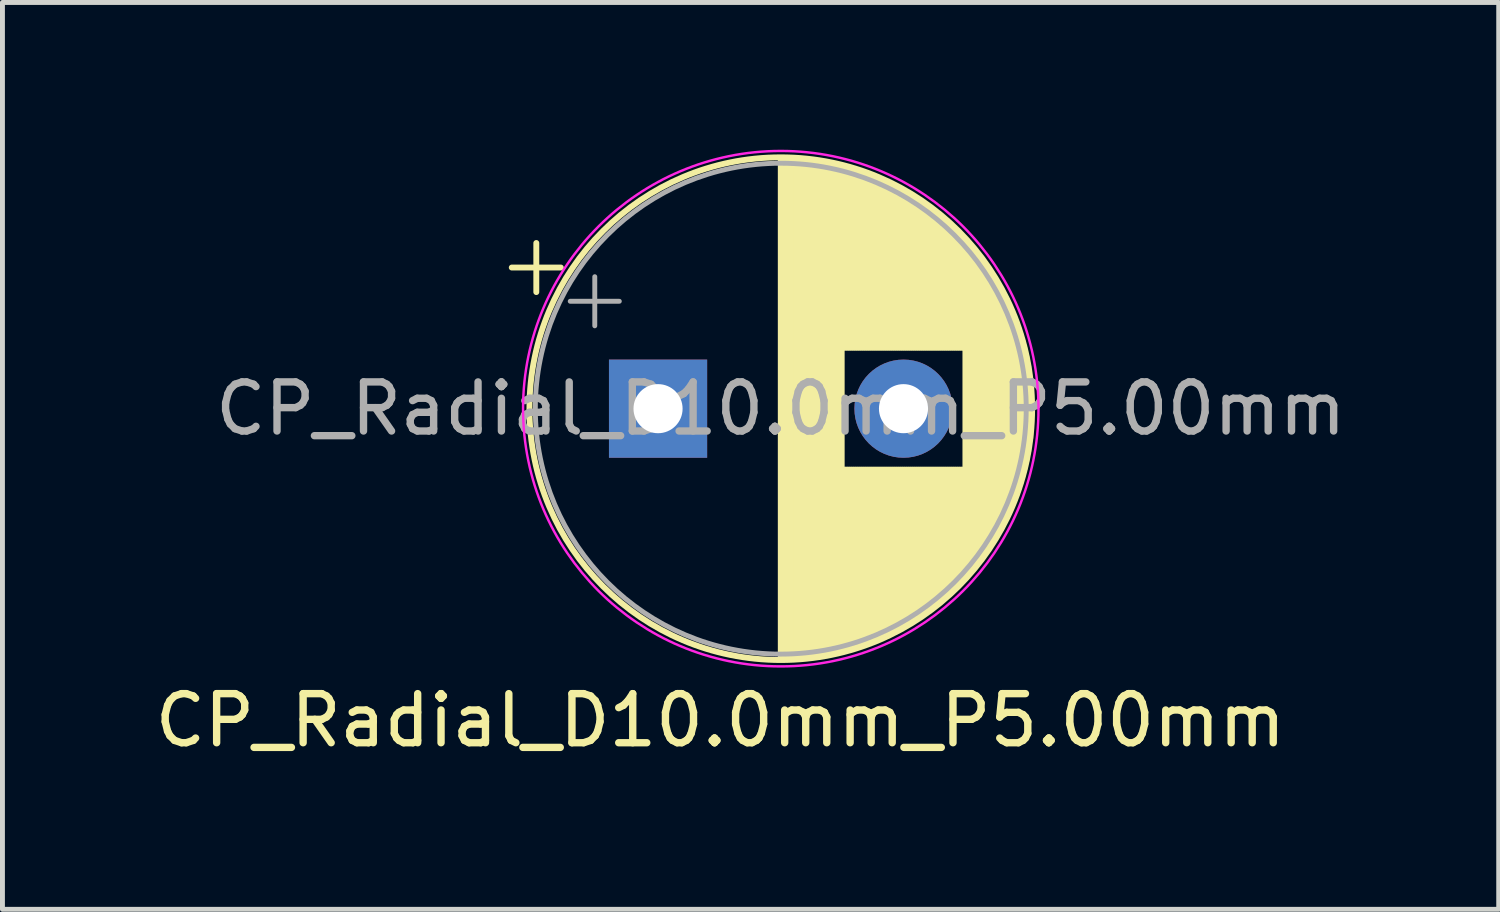
<source format=kicad_pcb>
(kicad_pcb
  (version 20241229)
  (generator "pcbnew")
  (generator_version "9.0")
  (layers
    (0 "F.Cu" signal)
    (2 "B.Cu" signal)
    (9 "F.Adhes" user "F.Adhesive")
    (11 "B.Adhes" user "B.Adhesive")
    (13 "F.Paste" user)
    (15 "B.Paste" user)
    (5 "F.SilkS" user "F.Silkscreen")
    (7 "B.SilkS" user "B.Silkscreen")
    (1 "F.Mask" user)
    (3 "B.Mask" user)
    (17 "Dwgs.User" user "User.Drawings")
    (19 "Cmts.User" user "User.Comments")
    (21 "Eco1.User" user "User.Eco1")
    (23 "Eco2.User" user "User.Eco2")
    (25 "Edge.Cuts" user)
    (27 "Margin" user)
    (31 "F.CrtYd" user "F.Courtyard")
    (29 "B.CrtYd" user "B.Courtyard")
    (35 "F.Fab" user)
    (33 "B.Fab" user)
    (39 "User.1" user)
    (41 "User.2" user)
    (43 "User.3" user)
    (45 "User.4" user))
  (footprint "CP_Radial_D10.0mm_P5.00mm"
    (layer "F.Cu")
    (at 10.355 5.275)
    (property "Reference" "CP_Radial_D10.0mm_P5.00mm" (at 1.27 6.35 0) (layer "F.SilkS") (effects (font (size 1 1) (thickness 0.15))))
    (attr through_hole)
    (fp_line (start -2.98 -2.875) (end -1.98 -2.875) (stroke (width 0.12) (type solid)) (layer "F.SilkS"))
    (fp_line (start -2.48 -3.375) (end -2.48 -2.375) (stroke (width 0.12) (type solid)) (layer "F.SilkS"))
    (fp_line (start 2.5 -5.08) (end 2.5 5.08) (stroke (width 0.12) (type solid)) (layer "F.SilkS"))
    (fp_line (start 2.54 -5.08) (end 2.54 5.08) (stroke (width 0.12) (type solid)) (layer "F.SilkS"))
    (fp_line (start 2.58 -5.08) (end 2.58 5.08) (stroke (width 0.12) (type solid)) (layer "F.SilkS"))
    (fp_line (start 2.62 -5.079) (end 2.62 5.079) (stroke (width 0.12) (type solid)) (layer "F.SilkS"))
    (fp_line (start 2.66 -5.078) (end 2.66 5.078) (stroke (width 0.12) (type solid)) (layer "F.SilkS"))
    (fp_line (start 2.7 -5.077) (end 2.7 5.077) (stroke (width 0.12) (type solid)) (layer "F.SilkS"))
    (fp_line (start 2.74 -5.075) (end 2.74 5.075) (stroke (width 0.12) (type solid)) (layer "F.SilkS"))
    (fp_line (start 2.78 -5.073) (end 2.78 5.073) (stroke (width 0.12) (type solid)) (layer "F.SilkS"))
    (fp_line (start 2.82 -5.07) (end 2.82 5.07) (stroke (width 0.12) (type solid)) (layer "F.SilkS"))
    (fp_line (start 2.86 -5.068) (end 2.86 5.068) (stroke (width 0.12) (type solid)) (layer "F.SilkS"))
    (fp_line (start 2.9 -5.065) (end 2.9 5.065) (stroke (width 0.12) (type solid)) (layer "F.SilkS"))
    (fp_line (start 2.94 -5.062) (end 2.94 5.062) (stroke (width 0.12) (type solid)) (layer "F.SilkS"))
    (fp_line (start 2.98 -5.058) (end 2.98 5.058) (stroke (width 0.12) (type solid)) (layer "F.SilkS"))
    (fp_line (start 3.02 -5.054) (end 3.02 5.054) (stroke (width 0.12) (type solid)) (layer "F.SilkS"))
    (fp_line (start 3.06 -5.05) (end 3.06 5.05) (stroke (width 0.12) (type solid)) (layer "F.SilkS"))
    (fp_line (start 3.1 -5.045) (end 3.1 5.045) (stroke (width 0.12) (type solid)) (layer "F.SilkS"))
    (fp_line (start 3.14 -5.04) (end 3.14 5.04) (stroke (width 0.12) (type solid)) (layer "F.SilkS"))
    (fp_line (start 3.18 -5.035) (end 3.18 5.035) (stroke (width 0.12) (type solid)) (layer "F.SilkS"))
    (fp_line (start 3.221 -5.03) (end 3.221 5.03) (stroke (width 0.12) (type solid)) (layer "F.SilkS"))
    (fp_line (start 3.261 -5.024) (end 3.261 5.024) (stroke (width 0.12) (type solid)) (layer "F.SilkS"))
    (fp_line (start 3.301 -5.018) (end 3.301 5.018) (stroke (width 0.12) (type solid)) (layer "F.SilkS"))
    (fp_line (start 3.341 -5.011) (end 3.341 5.011) (stroke (width 0.12) (type solid)) (layer "F.SilkS"))
    (fp_line (start 3.381 -5.004) (end 3.381 5.004) (stroke (width 0.12) (type solid)) (layer "F.SilkS"))
    (fp_line (start 3.421 -4.997) (end 3.421 4.997) (stroke (width 0.12) (type solid)) (layer "F.SilkS"))
    (fp_line (start 3.461 -4.99) (end 3.461 4.99) (stroke (width 0.12) (type solid)) (layer "F.SilkS"))
    (fp_line (start 3.501 -4.982) (end 3.501 4.982) (stroke (width 0.12) (type solid)) (layer "F.SilkS"))
    (fp_line (start 3.541 -4.974) (end 3.541 4.974) (stroke (width 0.12) (type solid)) (layer "F.SilkS"))
    (fp_line (start 3.581 -4.965) (end 3.581 4.965) (stroke (width 0.12) (type solid)) (layer "F.SilkS"))
    (fp_line (start 3.621 -4.956) (end 3.621 4.956) (stroke (width 0.12) (type solid)) (layer "F.SilkS"))
    (fp_line (start 3.661 -4.947) (end 3.661 4.947) (stroke (width 0.12) (type solid)) (layer "F.SilkS"))
    (fp_line (start 3.701 -4.938) (end 3.701 4.938) (stroke (width 0.12) (type solid)) (layer "F.SilkS"))
    (fp_line (start 3.741 -4.928) (end 3.741 4.928) (stroke (width 0.12) (type solid)) (layer "F.SilkS"))
    (fp_line (start 3.781 -4.918) (end 3.781 -1.241) (stroke (width 0.12) (type solid)) (layer "F.SilkS"))
    (fp_line (start 3.781 1.241) (end 3.781 4.918) (stroke (width 0.12) (type solid)) (layer "F.SilkS"))
    (fp_line (start 3.821 -4.907) (end 3.821 -1.241) (stroke (width 0.12) (type solid)) (layer "F.SilkS"))
    (fp_line (start 3.821 1.241) (end 3.821 4.907) (stroke (width 0.12) (type solid)) (layer "F.SilkS"))
    (fp_line (start 3.861 -4.897) (end 3.861 -1.241) (stroke (width 0.12) (type solid)) (layer "F.SilkS"))
    (fp_line (start 3.861 1.241) (end 3.861 4.897) (stroke (width 0.12) (type solid)) (layer "F.SilkS"))
    (fp_line (start 3.901 -4.885) (end 3.901 -1.241) (stroke (width 0.12) (type solid)) (layer "F.SilkS"))
    (fp_line (start 3.901 1.241) (end 3.901 4.885) (stroke (width 0.12) (type solid)) (layer "F.SilkS"))
    (fp_line (start 3.941 -4.874) (end 3.941 -1.241) (stroke (width 0.12) (type solid)) (layer "F.SilkS"))
    (fp_line (start 3.941 1.241) (end 3.941 4.874) (stroke (width 0.12) (type solid)) (layer "F.SilkS"))
    (fp_line (start 3.981 -4.862) (end 3.981 -1.241) (stroke (width 0.12) (type solid)) (layer "F.SilkS"))
    (fp_line (start 3.981 1.241) (end 3.981 4.862) (stroke (width 0.12) (type solid)) (layer "F.SilkS"))
    (fp_line (start 4.021 -4.85) (end 4.021 -1.241) (stroke (width 0.12) (type solid)) (layer "F.SilkS"))
    (fp_line (start 4.021 1.241) (end 4.021 4.85) (stroke (width 0.12) (type solid)) (layer "F.SilkS"))
    (fp_line (start 4.061 -4.837) (end 4.061 -1.241) (stroke (width 0.12) (type solid)) (layer "F.SilkS"))
    (fp_line (start 4.061 1.241) (end 4.061 4.837) (stroke (width 0.12) (type solid)) (layer "F.SilkS"))
    (fp_line (start 4.101 -4.824) (end 4.101 -1.241) (stroke (width 0.12) (type solid)) (layer "F.SilkS"))
    (fp_line (start 4.101 1.241) (end 4.101 4.824) (stroke (width 0.12) (type solid)) (layer "F.SilkS"))
    (fp_line (start 4.141 -4.811) (end 4.141 -1.241) (stroke (width 0.12) (type solid)) (layer "F.SilkS"))
    (fp_line (start 4.141 1.241) (end 4.141 4.811) (stroke (width 0.12) (type solid)) (layer "F.SilkS"))
    (fp_line (start 4.181 -4.797) (end 4.181 -1.241) (stroke (width 0.12) (type solid)) (layer "F.SilkS"))
    (fp_line (start 4.181 1.241) (end 4.181 4.797) (stroke (width 0.12) (type solid)) (layer "F.SilkS"))
    (fp_line (start 4.221 -4.783) (end 4.221 -1.241) (stroke (width 0.12) (type solid)) (layer "F.SilkS"))
    (fp_line (start 4.221 1.241) (end 4.221 4.783) (stroke (width 0.12) (type solid)) (layer "F.SilkS"))
    (fp_line (start 4.261 -4.768) (end 4.261 -1.241) (stroke (width 0.12) (type solid)) (layer "F.SilkS"))
    (fp_line (start 4.261 1.241) (end 4.261 4.768) (stroke (width 0.12) (type solid)) (layer "F.SilkS"))
    (fp_line (start 4.301 -4.754) (end 4.301 -1.241) (stroke (width 0.12) (type solid)) (layer "F.SilkS"))
    (fp_line (start 4.301 1.241) (end 4.301 4.754) (stroke (width 0.12) (type solid)) (layer "F.SilkS"))
    (fp_line (start 4.341 -4.738) (end 4.341 -1.241) (stroke (width 0.12) (type solid)) (layer "F.SilkS"))
    (fp_line (start 4.341 1.241) (end 4.341 4.738) (stroke (width 0.12) (type solid)) (layer "F.SilkS"))
    (fp_line (start 4.381 -4.723) (end 4.381 -1.241) (stroke (width 0.12) (type solid)) (layer "F.SilkS"))
    (fp_line (start 4.381 1.241) (end 4.381 4.723) (stroke (width 0.12) (type solid)) (layer "F.SilkS"))
    (fp_line (start 4.421 -4.707) (end 4.421 -1.241) (stroke (width 0.12) (type solid)) (layer "F.SilkS"))
    (fp_line (start 4.421 1.241) (end 4.421 4.707) (stroke (width 0.12) (type solid)) (layer "F.SilkS"))
    (fp_line (start 4.461 -4.69) (end 4.461 -1.241) (stroke (width 0.12) (type solid)) (layer "F.SilkS"))
    (fp_line (start 4.461 1.241) (end 4.461 4.69) (stroke (width 0.12) (type solid)) (layer "F.SilkS"))
    (fp_line (start 4.501 -4.674) (end 4.501 -1.241) (stroke (width 0.12) (type solid)) (layer "F.SilkS"))
    (fp_line (start 4.501 1.241) (end 4.501 4.674) (stroke (width 0.12) (type solid)) (layer "F.SilkS"))
    (fp_line (start 4.541 -4.657) (end 4.541 -1.241) (stroke (width 0.12) (type solid)) (layer "F.SilkS"))
    (fp_line (start 4.541 1.241) (end 4.541 4.657) (stroke (width 0.12) (type solid)) (layer "F.SilkS"))
    (fp_line (start 4.581 -4.639) (end 4.581 -1.241) (stroke (width 0.12) (type solid)) (layer "F.SilkS"))
    (fp_line (start 4.581 1.241) (end 4.581 4.639) (stroke (width 0.12) (type solid)) (layer "F.SilkS"))
    (fp_line (start 4.621 -4.621) (end 4.621 -1.241) (stroke (width 0.12) (type solid)) (layer "F.SilkS"))
    (fp_line (start 4.621 1.241) (end 4.621 4.621) (stroke (width 0.12) (type solid)) (layer "F.SilkS"))
    (fp_line (start 4.661 -4.603) (end 4.661 -1.241) (stroke (width 0.12) (type solid)) (layer "F.SilkS"))
    (fp_line (start 4.661 1.241) (end 4.661 4.603) (stroke (width 0.12) (type solid)) (layer "F.SilkS"))
    (fp_line (start 4.701 -4.584) (end 4.701 -1.241) (stroke (width 0.12) (type solid)) (layer "F.SilkS"))
    (fp_line (start 4.701 1.241) (end 4.701 4.584) (stroke (width 0.12) (type solid)) (layer "F.SilkS"))
    (fp_line (start 4.741 -4.564) (end 4.741 -1.241) (stroke (width 0.12) (type solid)) (layer "F.SilkS"))
    (fp_line (start 4.741 1.241) (end 4.741 4.564) (stroke (width 0.12) (type solid)) (layer "F.SilkS"))
    (fp_line (start 4.781 -4.545) (end 4.781 -1.241) (stroke (width 0.12) (type solid)) (layer "F.SilkS"))
    (fp_line (start 4.781 1.241) (end 4.781 4.545) (stroke (width 0.12) (type solid)) (layer "F.SilkS"))
    (fp_line (start 4.821 -4.525) (end 4.821 -1.241) (stroke (width 0.12) (type solid)) (layer "F.SilkS"))
    (fp_line (start 4.821 1.241) (end 4.821 4.525) (stroke (width 0.12) (type solid)) (layer "F.SilkS"))
    (fp_line (start 4.861 -4.504) (end 4.861 -1.241) (stroke (width 0.12) (type solid)) (layer "F.SilkS"))
    (fp_line (start 4.861 1.241) (end 4.861 4.504) (stroke (width 0.12) (type solid)) (layer "F.SilkS"))
    (fp_line (start 4.901 -4.483) (end 4.901 -1.241) (stroke (width 0.12) (type solid)) (layer "F.SilkS"))
    (fp_line (start 4.901 1.241) (end 4.901 4.483) (stroke (width 0.12) (type solid)) (layer "F.SilkS"))
    (fp_line (start 4.941 -4.462) (end 4.941 -1.241) (stroke (width 0.12) (type solid)) (layer "F.SilkS"))
    (fp_line (start 4.941 1.241) (end 4.941 4.462) (stroke (width 0.12) (type solid)) (layer "F.SilkS"))
    (fp_line (start 4.981 -4.44) (end 4.981 -1.241) (stroke (width 0.12) (type solid)) (layer "F.SilkS"))
    (fp_line (start 4.981 1.241) (end 4.981 4.44) (stroke (width 0.12) (type solid)) (layer "F.SilkS"))
    (fp_line (start 5.021 -4.417) (end 5.021 -1.241) (stroke (width 0.12) (type solid)) (layer "F.SilkS"))
    (fp_line (start 5.021 1.241) (end 5.021 4.417) (stroke (width 0.12) (type solid)) (layer "F.SilkS"))
    (fp_line (start 5.061 -4.395) (end 5.061 -1.241) (stroke (width 0.12) (type solid)) (layer "F.SilkS"))
    (fp_line (start 5.061 1.241) (end 5.061 4.395) (stroke (width 0.12) (type solid)) (layer "F.SilkS"))
    (fp_line (start 5.101 -4.371) (end 5.101 -1.241) (stroke (width 0.12) (type solid)) (layer "F.SilkS"))
    (fp_line (start 5.101 1.241) (end 5.101 4.371) (stroke (width 0.12) (type solid)) (layer "F.SilkS"))
    (fp_line (start 5.141 -4.347) (end 5.141 -1.241) (stroke (width 0.12) (type solid)) (layer "F.SilkS"))
    (fp_line (start 5.141 1.241) (end 5.141 4.347) (stroke (width 0.12) (type solid)) (layer "F.SilkS"))
    (fp_line (start 5.181 -4.323) (end 5.181 -1.241) (stroke (width 0.12) (type solid)) (layer "F.SilkS"))
    (fp_line (start 5.181 1.241) (end 5.181 4.323) (stroke (width 0.12) (type solid)) (layer "F.SilkS"))
    (fp_line (start 5.221 -4.298) (end 5.221 -1.241) (stroke (width 0.12) (type solid)) (layer "F.SilkS"))
    (fp_line (start 5.221 1.241) (end 5.221 4.298) (stroke (width 0.12) (type solid)) (layer "F.SilkS"))
    (fp_line (start 5.261 -4.273) (end 5.261 -1.241) (stroke (width 0.12) (type solid)) (layer "F.SilkS"))
    (fp_line (start 5.261 1.241) (end 5.261 4.273) (stroke (width 0.12) (type solid)) (layer "F.SilkS"))
    (fp_line (start 5.301 -4.247) (end 5.301 -1.241) (stroke (width 0.12) (type solid)) (layer "F.SilkS"))
    (fp_line (start 5.301 1.241) (end 5.301 4.247) (stroke (width 0.12) (type solid)) (layer "F.SilkS"))
    (fp_line (start 5.341 -4.221) (end 5.341 -1.241) (stroke (width 0.12) (type solid)) (layer "F.SilkS"))
    (fp_line (start 5.341 1.241) (end 5.341 4.221) (stroke (width 0.12) (type solid)) (layer "F.SilkS"))
    (fp_line (start 5.381 -4.194) (end 5.381 -1.241) (stroke (width 0.12) (type solid)) (layer "F.SilkS"))
    (fp_line (start 5.381 1.241) (end 5.381 4.194) (stroke (width 0.12) (type solid)) (layer "F.SilkS"))
    (fp_line (start 5.421 -4.166) (end 5.421 -1.241) (stroke (width 0.12) (type solid)) (layer "F.SilkS"))
    (fp_line (start 5.421 1.241) (end 5.421 4.166) (stroke (width 0.12) (type solid)) (layer "F.SilkS"))
    (fp_line (start 5.461 -4.138) (end 5.461 -1.241) (stroke (width 0.12) (type solid)) (layer "F.SilkS"))
    (fp_line (start 5.461 1.241) (end 5.461 4.138) (stroke (width 0.12) (type solid)) (layer "F.SilkS"))
    (fp_line (start 5.501 -4.11) (end 5.501 -1.241) (stroke (width 0.12) (type solid)) (layer "F.SilkS"))
    (fp_line (start 5.501 1.241) (end 5.501 4.11) (stroke (width 0.12) (type solid)) (layer "F.SilkS"))
    (fp_line (start 5.541 -4.08) (end 5.541 -1.241) (stroke (width 0.12) (type solid)) (layer "F.SilkS"))
    (fp_line (start 5.541 1.241) (end 5.541 4.08) (stroke (width 0.12) (type solid)) (layer "F.SilkS"))
    (fp_line (start 5.581 -4.05) (end 5.581 -1.241) (stroke (width 0.12) (type solid)) (layer "F.SilkS"))
    (fp_line (start 5.581 1.241) (end 5.581 4.05) (stroke (width 0.12) (type solid)) (layer "F.SilkS"))
    (fp_line (start 5.621 -4.02) (end 5.621 -1.241) (stroke (width 0.12) (type solid)) (layer "F.SilkS"))
    (fp_line (start 5.621 1.241) (end 5.621 4.02) (stroke (width 0.12) (type solid)) (layer "F.SilkS"))
    (fp_line (start 5.661 -3.989) (end 5.661 -1.241) (stroke (width 0.12) (type solid)) (layer "F.SilkS"))
    (fp_line (start 5.661 1.241) (end 5.661 3.989) (stroke (width 0.12) (type solid)) (layer "F.SilkS"))
    (fp_line (start 5.701 -3.957) (end 5.701 -1.241) (stroke (width 0.12) (type solid)) (layer "F.SilkS"))
    (fp_line (start 5.701 1.241) (end 5.701 3.957) (stroke (width 0.12) (type solid)) (layer "F.SilkS"))
    (fp_line (start 5.741 -3.925) (end 5.741 -1.241) (stroke (width 0.12) (type solid)) (layer "F.SilkS"))
    (fp_line (start 5.741 1.241) (end 5.741 3.925) (stroke (width 0.12) (type solid)) (layer "F.SilkS"))
    (fp_line (start 5.781 -3.892) (end 5.781 -1.241) (stroke (width 0.12) (type solid)) (layer "F.SilkS"))
    (fp_line (start 5.781 1.241) (end 5.781 3.892) (stroke (width 0.12) (type solid)) (layer "F.SilkS"))
    (fp_line (start 5.821 -3.858) (end 5.821 -1.241) (stroke (width 0.12) (type solid)) (layer "F.SilkS"))
    (fp_line (start 5.821 1.241) (end 5.821 3.858) (stroke (width 0.12) (type solid)) (layer "F.SilkS"))
    (fp_line (start 5.861 -3.824) (end 5.861 -1.241) (stroke (width 0.12) (type solid)) (layer "F.SilkS"))
    (fp_line (start 5.861 1.241) (end 5.861 3.824) (stroke (width 0.12) (type solid)) (layer "F.SilkS"))
    (fp_line (start 5.901 -3.789) (end 5.901 -1.241) (stroke (width 0.12) (type solid)) (layer "F.SilkS"))
    (fp_line (start 5.901 1.241) (end 5.901 3.789) (stroke (width 0.12) (type solid)) (layer "F.SilkS"))
    (fp_line (start 5.941 -3.753) (end 5.941 -1.241) (stroke (width 0.12) (type solid)) (layer "F.SilkS"))
    (fp_line (start 5.941 1.241) (end 5.941 3.753) (stroke (width 0.12) (type solid)) (layer "F.SilkS"))
    (fp_line (start 5.981 -3.716) (end 5.981 -1.241) (stroke (width 0.12) (type solid)) (layer "F.SilkS"))
    (fp_line (start 5.981 1.241) (end 5.981 3.716) (stroke (width 0.12) (type solid)) (layer "F.SilkS"))
    (fp_line (start 6.021 -3.679) (end 6.021 -1.241) (stroke (width 0.12) (type solid)) (layer "F.SilkS"))
    (fp_line (start 6.021 1.241) (end 6.021 3.679) (stroke (width 0.12) (type solid)) (layer "F.SilkS"))
    (fp_line (start 6.061 -3.64) (end 6.061 -1.241) (stroke (width 0.12) (type solid)) (layer "F.SilkS"))
    (fp_line (start 6.061 1.241) (end 6.061 3.64) (stroke (width 0.12) (type solid)) (layer "F.SilkS"))
    (fp_line (start 6.101 -3.601) (end 6.101 -1.241) (stroke (width 0.12) (type solid)) (layer "F.SilkS"))
    (fp_line (start 6.101 1.241) (end 6.101 3.601) (stroke (width 0.12) (type solid)) (layer "F.SilkS"))
    (fp_line (start 6.141 -3.561) (end 6.141 -1.241) (stroke (width 0.12) (type solid)) (layer "F.SilkS"))
    (fp_line (start 6.141 1.241) (end 6.141 3.561) (stroke (width 0.12) (type solid)) (layer "F.SilkS"))
    (fp_line (start 6.181 -3.52) (end 6.181 -1.241) (stroke (width 0.12) (type solid)) (layer "F.SilkS"))
    (fp_line (start 6.181 1.241) (end 6.181 3.52) (stroke (width 0.12) (type solid)) (layer "F.SilkS"))
    (fp_line (start 6.221 -3.478) (end 6.221 -1.241) (stroke (width 0.12) (type solid)) (layer "F.SilkS"))
    (fp_line (start 6.221 1.241) (end 6.221 3.478) (stroke (width 0.12) (type solid)) (layer "F.SilkS"))
    (fp_line (start 6.261 -3.436) (end 6.261 3.436) (stroke (width 0.12) (type solid)) (layer "F.SilkS"))
    (fp_line (start 6.301 -3.392) (end 6.301 3.392) (stroke (width 0.12) (type solid)) (layer "F.SilkS"))
    (fp_line (start 6.341 -3.347) (end 6.341 3.347) (stroke (width 0.12) (type solid)) (layer "F.SilkS"))
    (fp_line (start 6.381 -3.301) (end 6.381 3.301) (stroke (width 0.12) (type solid)) (layer "F.SilkS"))
    (fp_line (start 6.421 -3.254) (end 6.421 3.254) (stroke (width 0.12) (type solid)) (layer "F.SilkS"))
    (fp_line (start 6.461 -3.206) (end 6.461 3.206) (stroke (width 0.12) (type solid)) (layer "F.SilkS"))
    (fp_line (start 6.501 -3.156) (end 6.501 3.156) (stroke (width 0.12) (type solid)) (layer "F.SilkS"))
    (fp_line (start 6.541 -3.106) (end 6.541 3.106) (stroke (width 0.12) (type solid)) (layer "F.SilkS"))
    (fp_line (start 6.581 -3.054) (end 6.581 3.054) (stroke (width 0.12) (type solid)) (layer "F.SilkS"))
    (fp_line (start 6.621 -3) (end 6.621 3) (stroke (width 0.12) (type solid)) (layer "F.SilkS"))
    (fp_line (start 6.661 -2.945) (end 6.661 2.945) (stroke (width 0.12) (type solid)) (layer "F.SilkS"))
    (fp_line (start 6.701 -2.889) (end 6.701 2.889) (stroke (width 0.12) (type solid)) (layer "F.SilkS"))
    (fp_line (start 6.741 -2.83) (end 6.741 2.83) (stroke (width 0.12) (type solid)) (layer "F.SilkS"))
    (fp_line (start 6.781 -2.77) (end 6.781 2.77) (stroke (width 0.12) (type solid)) (layer "F.SilkS"))
    (fp_line (start 6.821 -2.709) (end 6.821 2.709) (stroke (width 0.12) (type solid)) (layer "F.SilkS"))
    (fp_line (start 6.861 -2.645) (end 6.861 2.645) (stroke (width 0.12) (type solid)) (layer "F.SilkS"))
    (fp_line (start 6.901 -2.579) (end 6.901 2.579) (stroke (width 0.12) (type solid)) (layer "F.SilkS"))
    (fp_line (start 6.941 -2.51) (end 6.941 2.51) (stroke (width 0.12) (type solid)) (layer "F.SilkS"))
    (fp_line (start 6.981 -2.439) (end 6.981 2.439) (stroke (width 0.12) (type solid)) (layer "F.SilkS"))
    (fp_line (start 7.021 -2.365) (end 7.021 2.365) (stroke (width 0.12) (type solid)) (layer "F.SilkS"))
    (fp_line (start 7.061 -2.289) (end 7.061 2.289) (stroke (width 0.12) (type solid)) (layer "F.SilkS"))
    (fp_line (start 7.101 -2.209) (end 7.101 2.209) (stroke (width 0.12) (type solid)) (layer "F.SilkS"))
    (fp_line (start 7.141 -2.125) (end 7.141 2.125) (stroke (width 0.12) (type solid)) (layer "F.SilkS"))
    (fp_line (start 7.181 -2.037) (end 7.181 2.037) (stroke (width 0.12) (type solid)) (layer "F.SilkS"))
    (fp_line (start 7.221 -1.944) (end 7.221 1.944) (stroke (width 0.12) (type solid)) (layer "F.SilkS"))
    (fp_line (start 7.261 -1.846) (end 7.261 1.846) (stroke (width 0.12) (type solid)) (layer "F.SilkS"))
    (fp_line (start 7.301 -1.742) (end 7.301 1.742) (stroke (width 0.12) (type solid)) (layer "F.SilkS"))
    (fp_line (start 7.341 -1.63) (end 7.341 1.63) (stroke (width 0.12) (type solid)) (layer "F.SilkS"))
    (fp_line (start 7.381 -1.51) (end 7.381 1.51) (stroke (width 0.12) (type solid)) (layer "F.SilkS"))
    (fp_line (start 7.421 -1.378) (end 7.421 1.378) (stroke (width 0.12) (type solid)) (layer "F.SilkS"))
    (fp_line (start 7.461 -1.23) (end 7.461 1.23) (stroke (width 0.12) (type solid)) (layer "F.SilkS"))
    (fp_line (start 7.501 -1.062) (end 7.501 1.062) (stroke (width 0.12) (type solid)) (layer "F.SilkS"))
    (fp_line (start 7.541 -0.862) (end 7.541 0.862) (stroke (width 0.12) (type solid)) (layer "F.SilkS"))
    (fp_line (start 7.581 -0.599) (end 7.581 0.599) (stroke (width 0.12) (type solid)) (layer "F.SilkS"))
    (fp_circle (center 2.5 0) (end 7.62 0) (stroke (width 0.12) (type solid)) (fill no) (layer "F.SilkS"))
    (fp_circle (center 2.5 0) (end 7.75 0) (stroke (width 0.05) (type solid)) (fill no) (layer "F.CrtYd"))
    (fp_line (start -1.789 -2.188) (end -0.789 -2.188) (stroke (width 0.1) (type solid)) (layer "F.Fab"))
    (fp_line (start -1.289 -2.688) (end -1.289 -1.688) (stroke (width 0.1) (type solid)) (layer "F.Fab"))
    (fp_circle (center 2.5 0) (end 7.5 0) (stroke (width 0.1) (type solid)) (fill no) (layer "F.Fab"))
    (fp_text user "${REFERENCE}" (at 2.5 0 0) (layer "F.Fab") (effects (font (size 1 1) (thickness 0.15))))
    (pad "1" thru_hole rect (at 0 0) (size 2 2) (drill 1) (layers "*.Cu" "*.Mask"))
    (pad "2" thru_hole circle (at 5 0) (size 2 2) (drill 1) (layers "*.Cu" "*.Mask")))
  (gr_rect
    (start -3 -3)
    (end 27.48 15.473)
    (stroke (width 0.1) (type default))
    (fill no)
    (layer "Edge.Cuts")))
</source>
